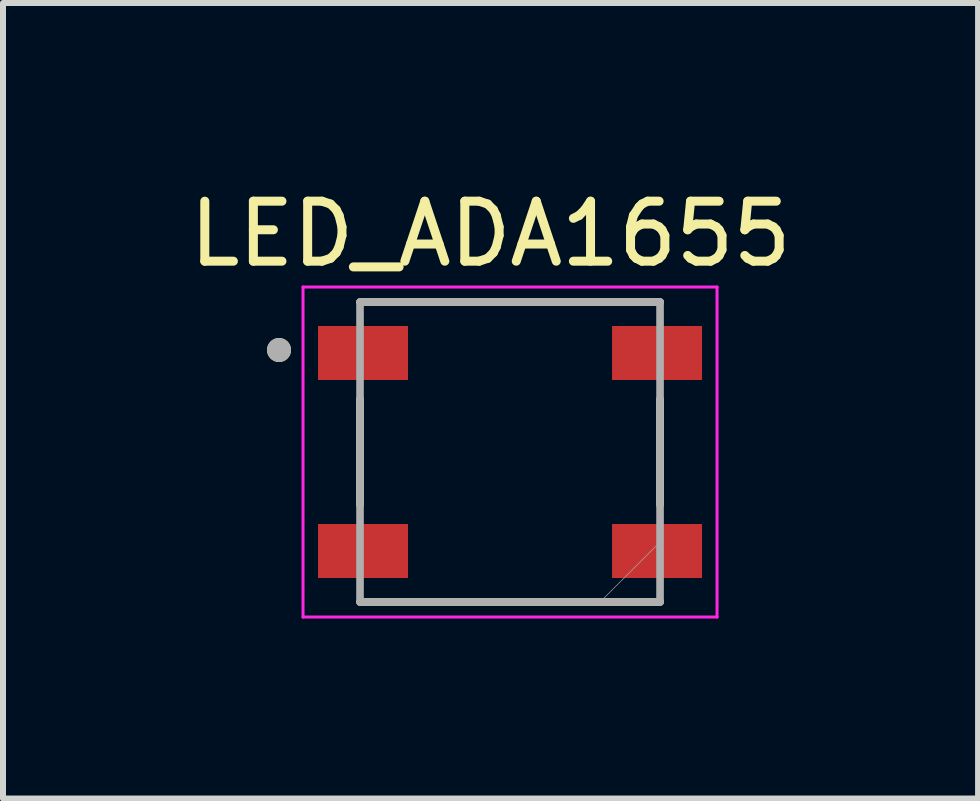
<source format=kicad_pcb>
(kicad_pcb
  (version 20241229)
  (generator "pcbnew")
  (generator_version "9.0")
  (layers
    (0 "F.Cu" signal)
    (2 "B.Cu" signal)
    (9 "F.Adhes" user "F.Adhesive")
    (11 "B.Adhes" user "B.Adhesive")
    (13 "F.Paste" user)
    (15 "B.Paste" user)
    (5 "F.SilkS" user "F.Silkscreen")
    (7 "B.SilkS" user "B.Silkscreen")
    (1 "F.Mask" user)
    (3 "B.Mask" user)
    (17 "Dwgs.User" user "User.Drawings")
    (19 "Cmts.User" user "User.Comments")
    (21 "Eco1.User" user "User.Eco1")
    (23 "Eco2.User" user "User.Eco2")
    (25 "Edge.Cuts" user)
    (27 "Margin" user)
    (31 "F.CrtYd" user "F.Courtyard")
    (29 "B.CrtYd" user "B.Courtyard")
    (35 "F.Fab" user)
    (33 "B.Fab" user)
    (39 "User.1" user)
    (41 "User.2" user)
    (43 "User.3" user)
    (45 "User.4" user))
  (footprint "LED_ADA1655"
    (layer "F.Cu")
    (at 5.45 4.483)
    (property "Reference" "LED_ADA1655" (at -0.325 -3.635 0) (layer "F.SilkS") (effects (font (size 1 1) (thickness 0.15))))
    (attr smd)
    (fp_line (start -2.5 -2.5) (end 2.5 -2.5) (stroke (width 0.127) (type solid)) (layer "F.SilkS"))
    (fp_line (start -2.5 -0.88) (end -2.5 0.88) (stroke (width 0.127) (type solid)) (layer "F.SilkS"))
    (fp_line (start -2.5 2.5) (end 2.5 2.5) (stroke (width 0.127) (type solid)) (layer "F.SilkS"))
    (fp_line (start 2.5 -0.88) (end 2.5 0.88) (stroke (width 0.127) (type solid)) (layer "F.SilkS"))
    (fp_circle (center -3.85 -1.7) (end -3.75 -1.7) (stroke (width 0.2) (type solid)) (fill no) (layer "F.SilkS"))
    (fp_line (start -3.45 -2.75) (end 3.45 -2.75) (stroke (width 0.05) (type solid)) (layer "F.CrtYd"))
    (fp_line (start -3.45 2.75) (end -3.45 -2.75) (stroke (width 0.05) (type solid)) (layer "F.CrtYd"))
    (fp_line (start 3.45 -2.75) (end 3.45 2.75) (stroke (width 0.05) (type solid)) (layer "F.CrtYd"))
    (fp_line (start 3.45 2.75) (end -3.45 2.75) (stroke (width 0.05) (type solid)) (layer "F.CrtYd"))
    (fp_line (start -2.5 -2.5) (end 2.5 -2.5) (stroke (width 0.127) (type solid)) (layer "F.Fab"))
    (fp_line (start -2.5 2.5) (end -2.5 -2.5) (stroke (width 0.127) (type solid)) (layer "F.Fab"))
    (fp_line (start 2.5 -2.5) (end 2.5 2.5) (stroke (width 0.127) (type solid)) (layer "F.Fab"))
    (fp_line (start 2.5 2.5) (end -2.5 2.5) (stroke (width 0.127) (type solid)) (layer "F.Fab"))
    (fp_circle (center -3.85 -1.7) (end -3.75 -1.7) (stroke (width 0.2) (type solid)) (fill no) (layer "F.Fab"))
    (fp_poly (pts (xy 2.5 2.5) (xy 1.5 2.5) (xy 2.5 1.5)) (stroke (width 0.01) (type solid)) (fill no) (layer "F.Fab"))
    (pad "1" smd rect (at -2.45 -1.65) (size 1.5 0.9) (layers "F.Cu" "F.Mask" "F.Paste"))
    (pad "2" smd rect (at -2.45 1.65) (size 1.5 0.9) (layers "F.Cu" "F.Mask" "F.Paste"))
    (pad "3" smd rect (at 2.45 1.65) (size 1.5 0.9) (layers "F.Cu" "F.Mask" "F.Paste"))
    (pad "4" smd rect (at 2.45 -1.65) (size 1.5 0.9) (layers "F.Cu" "F.Mask" "F.Paste")))
  (gr_rect
    (start -3 -3)
    (end 13.25 10.258)
    (stroke (width 0.1) (type default))
    (fill no)
    (layer "Edge.Cuts")))
</source>
